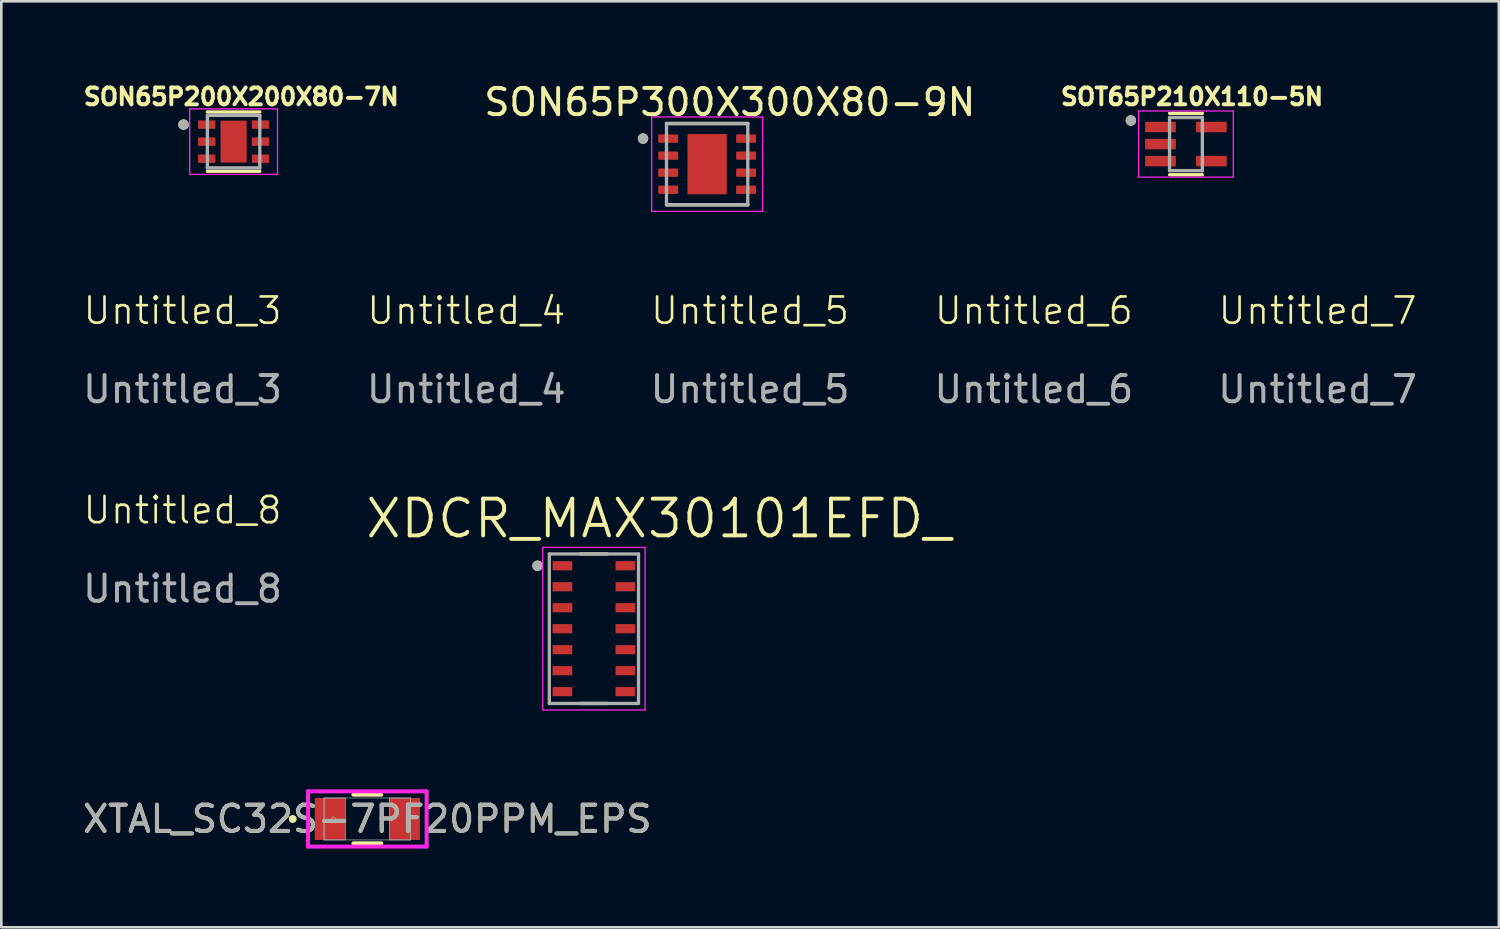
<source format=kicad_pcb>
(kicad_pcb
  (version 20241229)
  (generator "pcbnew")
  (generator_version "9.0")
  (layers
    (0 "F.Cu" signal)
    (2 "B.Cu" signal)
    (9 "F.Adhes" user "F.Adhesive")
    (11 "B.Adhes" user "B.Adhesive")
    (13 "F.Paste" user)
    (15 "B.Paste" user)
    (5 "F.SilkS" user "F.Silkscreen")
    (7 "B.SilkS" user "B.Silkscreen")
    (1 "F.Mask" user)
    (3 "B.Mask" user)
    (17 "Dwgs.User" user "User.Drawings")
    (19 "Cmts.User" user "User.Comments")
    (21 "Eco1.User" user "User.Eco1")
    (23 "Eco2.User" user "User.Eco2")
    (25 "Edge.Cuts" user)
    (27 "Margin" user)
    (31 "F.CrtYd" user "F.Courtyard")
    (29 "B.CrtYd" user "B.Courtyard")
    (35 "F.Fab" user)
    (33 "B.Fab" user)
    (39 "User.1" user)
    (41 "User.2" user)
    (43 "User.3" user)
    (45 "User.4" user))
  (footprint "Untitled_7"
    (layer "F.Cu")
    (at 47.196 9.296)
    (property "Reference" "Untitled_7" (at 0 -0.5 0) (unlocked yes) (layer "F.SilkS") (effects (font (size 1 1) (thickness 0.1))))
    (attr smd)
    (fp_text user "${REFERENCE}" (at 0 2.5 0) (unlocked yes) (layer "F.Fab") (effects (font (size 1 1) (thickness 0.15)))))
  (footprint "SON65P300X300X80-9N"
    (layer "F.Cu")
    (at 23.916 3.21)
    (property "Reference" "SON65P300X300X80-9N" (at 0.865 -2.362 0) (layer "F.SilkS") (effects (font (size 1 1) (thickness 0.15))))
    (attr smd)
    (fp_line (start -1.55 -1.55) (end 1.55 -1.55) (stroke (width 0.127) (type solid)) (layer "F.SilkS"))
    (fp_line (start -1.55 1.55) (end 1.55 1.55) (stroke (width 0.127) (type solid)) (layer "F.SilkS"))
    (fp_circle (center -2.445 -0.975) (end -2.345 -0.975) (stroke (width 0.2) (type solid)) (fill no) (layer "F.SilkS"))
    (fp_poly (pts (xy -0.47 -0.73) (xy 0.47 -0.73) (xy 0.47 0.73) (xy -0.47 0.73)) (stroke (width 0.01) (type solid)) (fill yes) (layer "F.Paste"))
    (fp_line (start -2.115 -1.8) (end -2.115 1.8) (stroke (width 0.05) (type solid)) (layer "F.CrtYd"))
    (fp_line (start -2.115 -1.8) (end 2.115 -1.8) (stroke (width 0.05) (type solid)) (layer "F.CrtYd"))
    (fp_line (start -2.115 1.8) (end 2.115 1.8) (stroke (width 0.05) (type solid)) (layer "F.CrtYd"))
    (fp_line (start 2.115 -1.8) (end 2.115 1.8) (stroke (width 0.05) (type solid)) (layer "F.CrtYd"))
    (fp_line (start -1.55 -1.55) (end -1.55 1.55) (stroke (width 0.127) (type solid)) (layer "F.Fab"))
    (fp_line (start -1.55 -1.55) (end 1.55 -1.55) (stroke (width 0.127) (type solid)) (layer "F.Fab"))
    (fp_line (start -1.55 1.55) (end 1.55 1.55) (stroke (width 0.127) (type solid)) (layer "F.Fab"))
    (fp_line (start 1.55 -1.55) (end 1.55 1.55) (stroke (width 0.127) (type solid)) (layer "F.Fab"))
    (fp_circle (center -2.445 -0.975) (end -2.345 -0.975) (stroke (width 0.2) (type solid)) (fill no) (layer "F.Fab"))
    (pad "1" smd roundrect (at -1.485 -0.975) (size 0.76 0.32) (layers "F.Cu" "F.Mask" "F.Paste") (roundrect_rratio 0.125))
    (pad "2" smd roundrect (at -1.485 -0.325) (size 0.76 0.32) (layers "F.Cu" "F.Mask" "F.Paste") (roundrect_rratio 0.125))
    (pad "3" smd roundrect (at -1.485 0.325) (size 0.76 0.32) (layers "F.Cu" "F.Mask" "F.Paste") (roundrect_rratio 0.125))
    (pad "4" smd roundrect (at -1.485 0.975) (size 0.76 0.32) (layers "F.Cu" "F.Mask" "F.Paste") (roundrect_rratio 0.125))
    (pad "5" smd roundrect (at 1.485 0.975) (size 0.76 0.32) (layers "F.Cu" "F.Mask" "F.Paste") (roundrect_rratio 0.125))
    (pad "6" smd roundrect (at 1.485 0.325) (size 0.76 0.32) (layers "F.Cu" "F.Mask" "F.Paste") (roundrect_rratio 0.125))
    (pad "7" smd roundrect (at 1.485 -0.325) (size 0.76 0.32) (layers "F.Cu" "F.Mask" "F.Paste") (roundrect_rratio 0.125))
    (pad "8" smd roundrect (at 1.485 -0.975) (size 0.76 0.32) (layers "F.Cu" "F.Mask" "F.Paste") (roundrect_rratio 0.125))
    (pad "9" smd rect (at 0 0) (size 1.5 2.3) (layers "F.Cu" "F.Mask")))
  (footprint "Untitled_4"
    (layer "F.Cu")
    (at 14.732 9.296)
    (property "Reference" "Untitled_4" (at 0 -0.5 0) (unlocked yes) (layer "F.SilkS") (effects (font (size 1 1) (thickness 0.1))))
    (attr smd)
    (fp_text user "${REFERENCE}" (at 0 2.5 0) (unlocked yes) (layer "F.Fab") (effects (font (size 1 1) (thickness 0.15)))))
  (footprint "XTAL_SC32S-7PF20PPM_EPS"
    (layer "F.Cu")
    (at 10.958 28.181)
    (property "Reference" "XTAL_SC32S-7PF20PPM_EPS" (at 0 0 0) (unlocked yes) (layer "F.SilkS") (effects (font (size 1 1) (thickness 0.15))))
    (attr smd)
    (fp_line (start -0.531 0.927) (end 0.531 0.927) (stroke (width 0.152) (type solid)) (layer "F.SilkS"))
    (fp_line (start 0.531 -0.927) (end -0.531 -0.927) (stroke (width 0.152) (type solid)) (layer "F.SilkS"))
    (fp_circle (center -2.845 0) (end -2.769 0) (stroke (width 0.152) (type solid)) (fill no) (layer "F.SilkS"))
    (fp_line (start -2.261 -1.054) (end 2.261 -1.054) (stroke (width 0.152) (type solid)) (layer "F.CrtYd"))
    (fp_line (start -2.261 1.054) (end -2.261 -1.054) (stroke (width 0.152) (type solid)) (layer "F.CrtYd"))
    (fp_line (start 2.261 -1.054) (end 2.261 1.054) (stroke (width 0.152) (type solid)) (layer "F.CrtYd"))
    (fp_line (start 2.261 1.054) (end -2.261 1.054) (stroke (width 0.152) (type solid)) (layer "F.CrtYd"))
    (fp_line (start -1.651 -0.8) (end -1.651 0.8) (stroke (width 0.025) (type solid)) (layer "F.Fab"))
    (fp_line (start -1.651 -0.8) (end -1.651 0.8) (stroke (width 0.025) (type solid)) (layer "F.Fab"))
    (fp_line (start -1.651 0.8) (end -0.838 0.8) (stroke (width 0.025) (type solid)) (layer "F.Fab"))
    (fp_line (start -1.651 0.8) (end 1.651 0.8) (stroke (width 0.025) (type solid)) (layer "F.Fab"))
    (fp_line (start -0.838 -0.8) (end -1.651 -0.8) (stroke (width 0.025) (type solid)) (layer "F.Fab"))
    (fp_line (start -0.838 0.8) (end -0.838 -0.8) (stroke (width 0.025) (type solid)) (layer "F.Fab"))
    (fp_line (start 0.838 -0.8) (end 0.838 0.8) (stroke (width 0.025) (type solid)) (layer "F.Fab"))
    (fp_line (start 0.838 0.8) (end 1.651 0.8) (stroke (width 0.025) (type solid)) (layer "F.Fab"))
    (fp_line (start 1.651 -0.8) (end -1.651 -0.8) (stroke (width 0.025) (type solid)) (layer "F.Fab"))
    (fp_line (start 1.651 -0.8) (end 0.838 -0.8) (stroke (width 0.025) (type solid)) (layer "F.Fab"))
    (fp_line (start 1.651 0.8) (end 1.651 -0.8) (stroke (width 0.025) (type solid)) (layer "F.Fab"))
    (fp_line (start 1.651 0.8) (end 1.651 -0.8) (stroke (width 0.025) (type solid)) (layer "F.Fab"))
    (fp_circle (center -1.295 0) (end -1.219 0) (stroke (width 0.025) (type solid)) (fill no) (layer "F.Fab"))
    (fp_text user "${REFERENCE}" (at 0 0 0) (unlocked yes) (layer "F.Fab") (effects (font (size 1 1) (thickness 0.15))))
    (pad "1" smd rect (at -1.422 0) (size 1.168 1.6) (layers "F.Cu" "F.Mask" "F.Paste"))
    (pad "2" smd rect (at 1.422 0) (size 1.168 1.6) (layers "F.Cu" "F.Mask" "F.Paste"))
    (zone (net_name "") (layer "F.Cu") (hatch full 0.508) (connect_pads) (min_thickness 0.254) (filled_areas_thickness no) (keepout (tracks not_allowed) (vias not_allowed) (pads allowed) (copperpour not_allowed) (footprints allowed)) (placement (enabled no)) (fill) (polygon (pts (xy 10.171 27.431) (xy 11.746 27.431) (xy 11.746 28.93) (xy 10.171 28.93)))))
  (footprint "Untitled_5"
    (layer "F.Cu")
    (at 25.554 9.296)
    (property "Reference" "Untitled_5" (at 0 -0.5 0) (unlocked yes) (layer "F.SilkS") (effects (font (size 1 1) (thickness 0.1))))
    (attr smd)
    (fp_text user "${REFERENCE}" (at 0 2.5 0) (unlocked yes) (layer "F.Fab") (effects (font (size 1 1) (thickness 0.15)))))
  (footprint "SON65P200X200X80-7N"
    (layer "F.Cu")
    (at 5.858 2.351)
    (property "Reference" "SON65P200X200X80-7N" (at 0.292 -1.713 0) (layer "F.SilkS") (effects (font (size 0.64 0.64) (thickness 0.15))))
    (attr smd)
    (fp_line (start -1 -1.13) (end 1 -1.13) (stroke (width 0.127) (type solid)) (layer "F.SilkS"))
    (fp_line (start -1 1.13) (end 1 1.13) (stroke (width 0.127) (type solid)) (layer "F.SilkS"))
    (fp_circle (center -1.91 -0.65) (end -1.81 -0.65) (stroke (width 0.2) (type solid)) (fill no) (layer "F.SilkS"))
    (fp_poly (pts (xy -0.316 -0.506) (xy 0.316 -0.506) (xy 0.316 0.506) (xy -0.316 0.506)) (stroke (width 0.01) (type solid)) (fill yes) (layer "F.Paste"))
    (fp_line (start -1.675 -1.25) (end -1.675 1.25) (stroke (width 0.05) (type solid)) (layer "F.CrtYd"))
    (fp_line (start -1.675 -1.25) (end 1.675 -1.25) (stroke (width 0.05) (type solid)) (layer "F.CrtYd"))
    (fp_line (start -1.675 1.25) (end 1.675 1.25) (stroke (width 0.05) (type solid)) (layer "F.CrtYd"))
    (fp_line (start 1.675 -1.25) (end 1.675 1.25) (stroke (width 0.05) (type solid)) (layer "F.CrtYd"))
    (fp_line (start -1 -1) (end -1 1) (stroke (width 0.127) (type solid)) (layer "F.Fab"))
    (fp_line (start -1 -1) (end 1 -1) (stroke (width 0.127) (type solid)) (layer "F.Fab"))
    (fp_line (start -1 1) (end 1 1) (stroke (width 0.127) (type solid)) (layer "F.Fab"))
    (fp_line (start 1 -1) (end 1 1) (stroke (width 0.127) (type solid)) (layer "F.Fab"))
    (fp_circle (center -1.91 -0.65) (end -1.81 -0.65) (stroke (width 0.2) (type solid)) (fill no) (layer "F.Fab"))
    (pad "1" smd rect (at -1.025 -0.65) (size 0.66 0.32) (layers "F.Cu" "F.Mask" "F.Paste"))
    (pad "2" smd rect (at -1.025 0) (size 0.66 0.32) (layers "F.Cu" "F.Mask" "F.Paste"))
    (pad "3" smd rect (at -1.025 0.65) (size 0.66 0.32) (layers "F.Cu" "F.Mask" "F.Paste"))
    (pad "4" smd rect (at 1.025 0.65) (size 0.66 0.32) (layers "F.Cu" "F.Mask" "F.Paste"))
    (pad "5" smd rect (at 1.025 0) (size 0.66 0.32) (layers "F.Cu" "F.Mask" "F.Paste"))
    (pad "6" smd rect (at 1.025 -0.65) (size 0.66 0.32) (layers "F.Cu" "F.Mask" "F.Paste"))
    (pad "7" smd rect (at 0 0) (size 1 1.6) (layers "F.Cu" "F.Mask")))
  (footprint "Untitled_6"
    (layer "F.Cu")
    (at 36.375 9.296)
    (property "Reference" "Untitled_6" (at 0 -0.5 0) (unlocked yes) (layer "F.SilkS") (effects (font (size 1 1) (thickness 0.1))))
    (attr smd)
    (fp_text user "${REFERENCE}" (at 0 2.5 0) (unlocked yes) (layer "F.Fab") (effects (font (size 1 1) (thickness 0.15)))))
  (footprint "Untitled_3"
    (layer "F.Cu")
    (at 3.911 9.296)
    (property "Reference" "Untitled_3" (at 0 -0.5 0) (unlocked yes) (layer "F.SilkS") (effects (font (size 1 1) (thickness 0.1))))
    (attr smd)
    (fp_text user "${REFERENCE}" (at 0 2.5 0) (unlocked yes) (layer "F.Fab") (effects (font (size 1 1) (thickness 0.15)))))
  (footprint "XDCR_MAX30101EFD_"
    (layer "F.Cu")
    (at 19.598 20.925)
    (property "Reference" "XDCR_MAX30101EFD_" (at 2.475 -4.199 0) (layer "F.SilkS") (effects (font (size 1.4 1.4) (thickness 0.15))))
    (attr smd)
    (fp_line (start -0.505 -2.85) (end 0.505 -2.85) (stroke (width 0.127) (type solid)) (layer "F.SilkS"))
    (fp_line (start 0.505 2.85) (end -0.505 2.85) (stroke (width 0.127) (type solid)) (layer "F.SilkS"))
    (fp_circle (center -2.15 -2.4) (end -2.05 -2.4) (stroke (width 0.2) (type solid)) (fill no) (layer "F.SilkS"))
    (fp_line (start -1.95 -3.1) (end -1.95 3.1) (stroke (width 0.05) (type solid)) (layer "F.CrtYd"))
    (fp_line (start -1.95 3.1) (end 1.95 3.1) (stroke (width 0.05) (type solid)) (layer "F.CrtYd"))
    (fp_line (start 1.95 -3.1) (end -1.95 -3.1) (stroke (width 0.05) (type solid)) (layer "F.CrtYd"))
    (fp_line (start 1.95 3.1) (end 1.95 -3.1) (stroke (width 0.05) (type solid)) (layer "F.CrtYd"))
    (fp_line (start -1.7 -2.85) (end -1.7 2.85) (stroke (width 0.127) (type solid)) (layer "F.Fab"))
    (fp_line (start -1.7 -2.85) (end 1.7 -2.85) (stroke (width 0.127) (type solid)) (layer "F.Fab"))
    (fp_line (start 1.7 2.85) (end -1.7 2.85) (stroke (width 0.127) (type solid)) (layer "F.Fab"))
    (fp_line (start 1.7 2.85) (end 1.7 -2.85) (stroke (width 0.127) (type solid)) (layer "F.Fab"))
    (fp_circle (center -2.15 -2.4) (end -2.05 -2.4) (stroke (width 0.2) (type solid)) (fill no) (layer "F.Fab"))
    (pad "1" smd rect (at -1.2 -2.4) (size 0.75 0.35) (layers "F.Cu" "F.Mask" "F.Paste"))
    (pad "2" smd rect (at -1.2 -1.6) (size 0.75 0.35) (layers "F.Cu" "F.Mask" "F.Paste"))
    (pad "3" smd rect (at -1.2 -0.8) (size 0.75 0.35) (layers "F.Cu" "F.Mask" "F.Paste"))
    (pad "4" smd rect (at -1.2 0) (size 0.75 0.35) (layers "F.Cu" "F.Mask" "F.Paste"))
    (pad "5" smd rect (at -1.2 0.8) (size 0.75 0.35) (layers "F.Cu" "F.Mask" "F.Paste"))
    (pad "6" smd rect (at -1.2 1.6) (size 0.75 0.35) (layers "F.Cu" "F.Mask" "F.Paste"))
    (pad "7" smd rect (at -1.2 2.4) (size 0.75 0.35) (layers "F.Cu" "F.Mask" "F.Paste"))
    (pad "8" smd rect (at 1.2 2.4) (size 0.75 0.35) (layers "F.Cu" "F.Mask" "F.Paste"))
    (pad "9" smd rect (at 1.2 1.6) (size 0.75 0.35) (layers "F.Cu" "F.Mask" "F.Paste"))
    (pad "10" smd rect (at 1.2 0.8) (size 0.75 0.35) (layers "F.Cu" "F.Mask" "F.Paste"))
    (pad "11" smd rect (at 1.2 0) (size 0.75 0.35) (layers "F.Cu" "F.Mask" "F.Paste"))
    (pad "12" smd rect (at 1.2 -0.8) (size 0.75 0.35) (layers "F.Cu" "F.Mask" "F.Paste"))
    (pad "13" smd rect (at 1.2 -1.6) (size 0.75 0.35) (layers "F.Cu" "F.Mask" "F.Paste"))
    (pad "14" smd rect (at 1.2 -2.4) (size 0.75 0.35) (layers "F.Cu" "F.Mask" "F.Paste")))
  (footprint "Untitled_8"
    (layer "F.Cu")
    (at 3.911 16.904)
    (property "Reference" "Untitled_8" (at 0 -0.5 0) (unlocked yes) (layer "F.SilkS") (effects (font (size 1 1) (thickness 0.1))))
    (attr smd)
    (fp_text user "${REFERENCE}" (at 0 2.5 0) (unlocked yes) (layer "F.Fab") (effects (font (size 1 1) (thickness 0.15)))))
  (footprint "SOT65P210X110-5N"
    (layer "F.Cu")
    (at 42.175 2.444)
    (property "Reference" "SOT65P210X110-5N" (at 0.232 -1.806 0) (layer "F.SilkS") (effects (font (size 0.64 0.64) (thickness 0.15))))
    (attr smd)
    (fp_line (start -0.625 1.17) (end 0.625 1.17) (stroke (width 0.127) (type solid)) (layer "F.SilkS"))
    (fp_line (start 0.625 -1.17) (end -0.625 -1.17) (stroke (width 0.127) (type solid)) (layer "F.SilkS"))
    (fp_circle (center -2.1 -0.9) (end -2 -0.9) (stroke (width 0.2) (type solid)) (fill no) (layer "F.SilkS"))
    (fp_line (start -1.805 -1.262) (end -1.805 1.262) (stroke (width 0.05) (type solid)) (layer "F.CrtYd"))
    (fp_line (start -1.805 1.262) (end 1.805 1.262) (stroke (width 0.05) (type solid)) (layer "F.CrtYd"))
    (fp_line (start 1.805 -1.262) (end -1.805 -1.262) (stroke (width 0.05) (type solid)) (layer "F.CrtYd"))
    (fp_line (start 1.805 1.262) (end 1.805 -1.262) (stroke (width 0.05) (type solid)) (layer "F.CrtYd"))
    (fp_line (start -0.625 -1.012) (end -0.625 1.012) (stroke (width 0.127) (type solid)) (layer "F.Fab"))
    (fp_line (start -0.625 1.012) (end 0.625 1.012) (stroke (width 0.127) (type solid)) (layer "F.Fab"))
    (fp_line (start 0.625 -1.012) (end -0.625 -1.012) (stroke (width 0.127) (type solid)) (layer "F.Fab"))
    (fp_line (start 0.625 1.012) (end 0.625 -1.012) (stroke (width 0.127) (type solid)) (layer "F.Fab"))
    (fp_circle (center -2.1 -0.9) (end -2 -0.9) (stroke (width 0.2) (type solid)) (fill no) (layer "F.Fab"))
    (pad "1" smd rect (at -0.97 -0.65) (size 1.17 0.4) (layers "F.Cu" "F.Mask" "F.Paste"))
    (pad "2" smd rect (at -0.97 0) (size 1.17 0.4) (layers "F.Cu" "F.Mask" "F.Paste"))
    (pad "3" smd rect (at -0.97 0.65) (size 1.17 0.4) (layers "F.Cu" "F.Mask" "F.Paste"))
    (pad "4" smd rect (at 0.97 0.65) (size 1.17 0.4) (layers "F.Cu" "F.Mask" "F.Paste"))
    (pad "5" smd rect (at 0.97 -0.65) (size 1.17 0.4) (layers "F.Cu" "F.Mask" "F.Paste")))
  (gr_rect
    (start -3 -3)
    (end 54.107 32.311)
    (stroke (width 0.1) (type default))
    (fill no)
    (layer "Edge.Cuts")))
</source>
